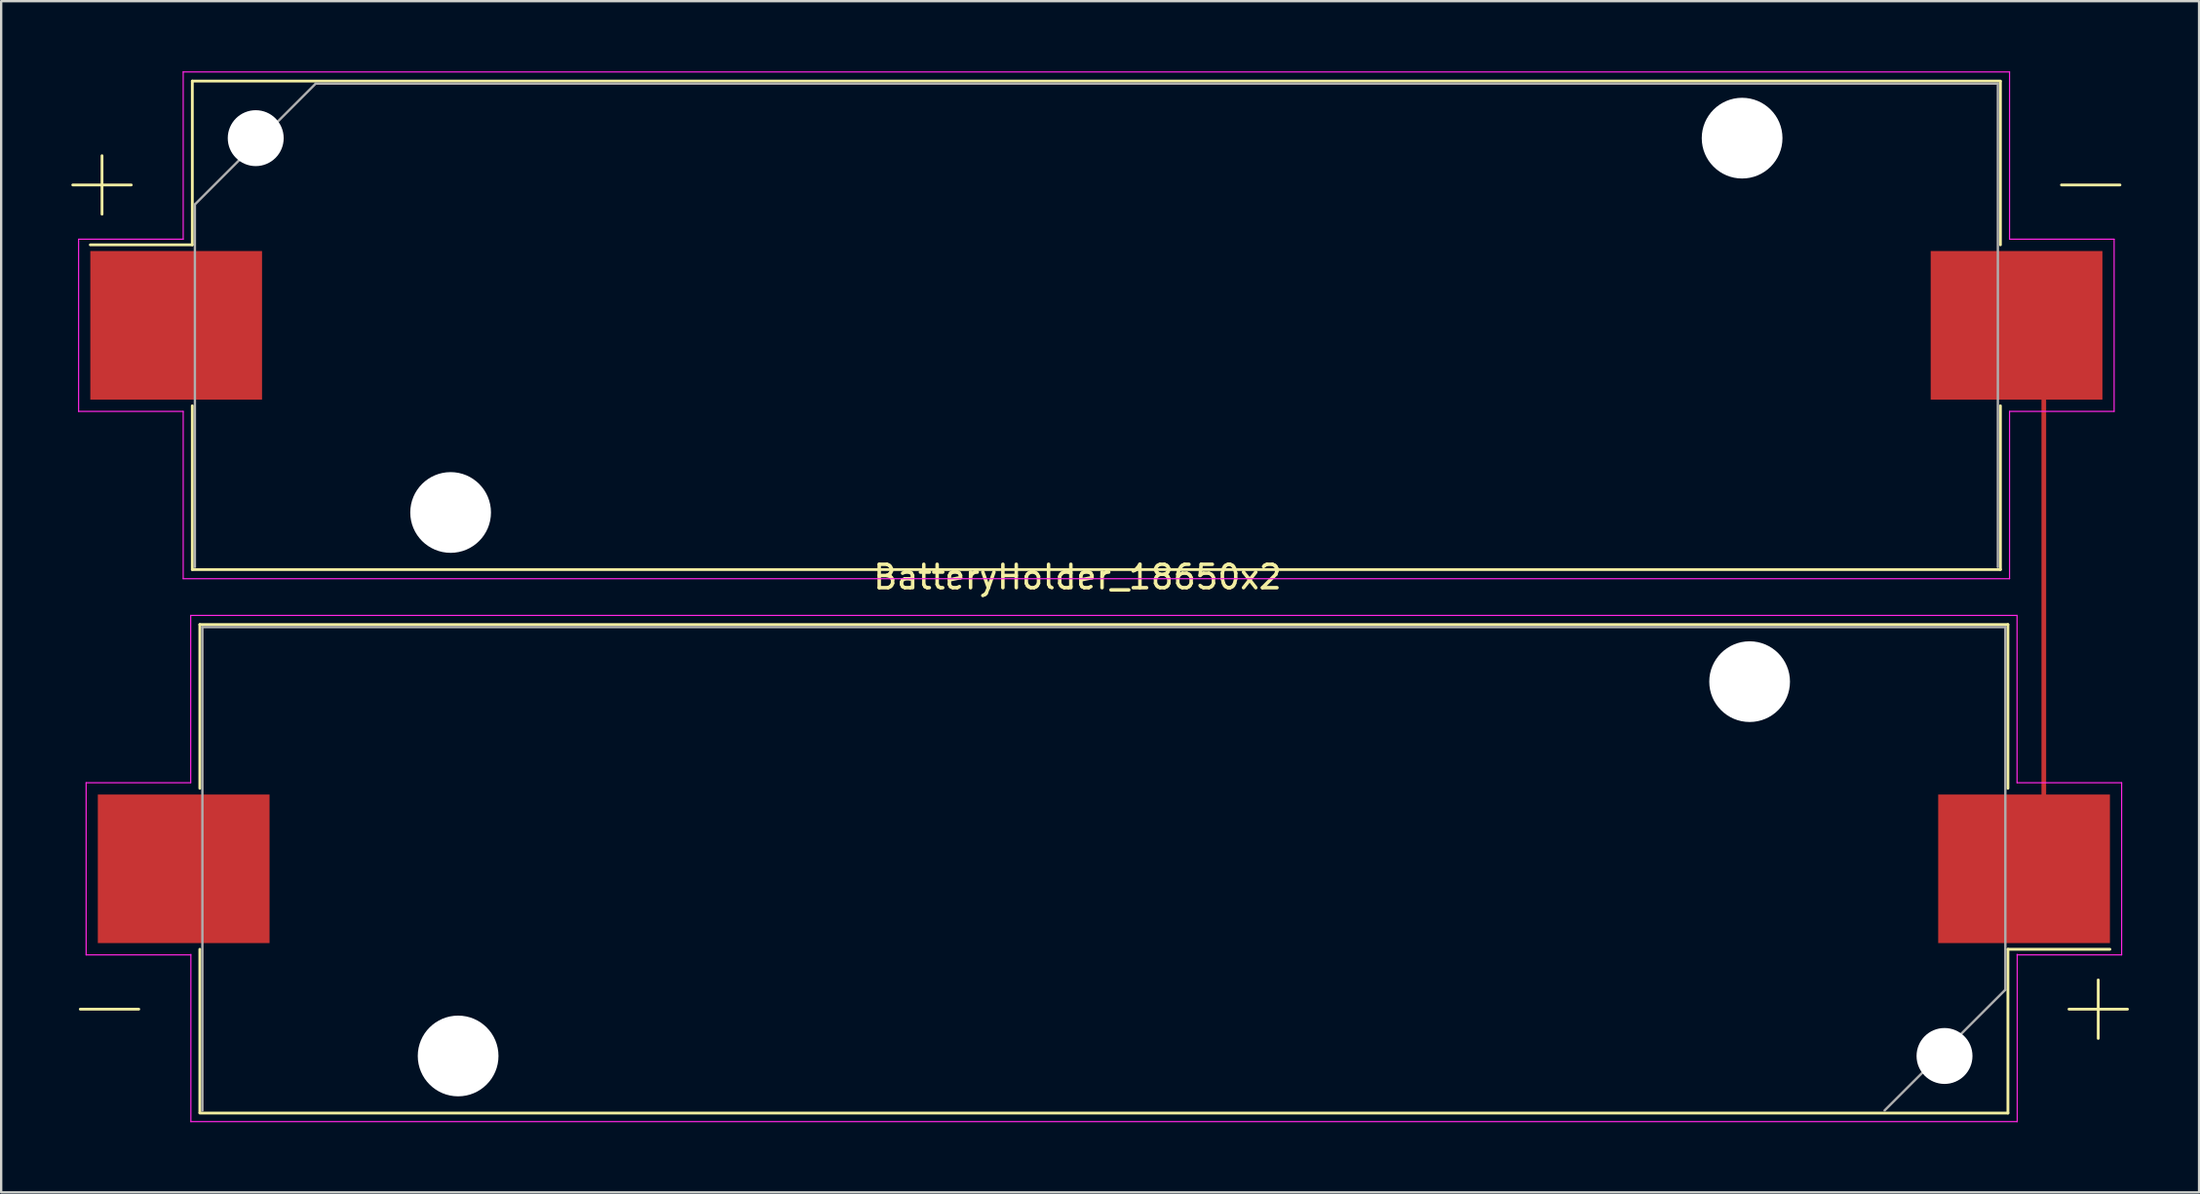
<source format=kicad_pcb>
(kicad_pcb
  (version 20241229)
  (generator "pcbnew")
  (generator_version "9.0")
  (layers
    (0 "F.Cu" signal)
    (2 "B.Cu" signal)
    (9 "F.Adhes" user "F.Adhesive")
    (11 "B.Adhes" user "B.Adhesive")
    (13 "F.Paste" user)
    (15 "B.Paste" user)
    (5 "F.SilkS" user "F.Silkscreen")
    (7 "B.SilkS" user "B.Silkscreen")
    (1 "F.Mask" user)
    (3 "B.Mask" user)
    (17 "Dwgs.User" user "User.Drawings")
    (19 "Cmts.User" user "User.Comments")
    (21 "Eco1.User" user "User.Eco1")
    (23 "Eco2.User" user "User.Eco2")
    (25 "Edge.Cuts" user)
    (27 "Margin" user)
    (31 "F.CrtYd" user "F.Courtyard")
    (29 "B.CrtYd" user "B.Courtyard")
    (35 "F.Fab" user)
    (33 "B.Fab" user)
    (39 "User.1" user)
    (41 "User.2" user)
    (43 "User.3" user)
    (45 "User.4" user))
  (footprint "BatteryHolder_18650x2"
    (layer "F.Cu")
    (at 43.005 22.115)
    (property "Reference" "BatteryHolder_18650x2" (at 0 -0.5 0) (unlocked yes) (layer "F.SilkS") (effects (font (size 1 1) (thickness 0.15))))
    (attr smd)
    (fp_line (start 41.3 -10.465) (end 41.3 9.144) (stroke (width 0.2) (type solid)) (layer "F.Cu"))
    (fp_line (start -42.945 -17.26) (end -40.445 -17.26) (stroke (width 0.12) (type solid)) (layer "F.SilkS"))
    (fp_line (start -42.624 17.971) (end -40.124 17.971) (stroke (width 0.12) (type solid)) (layer "F.SilkS"))
    (fp_line (start -41.695 -16.01) (end -41.695 -18.51) (stroke (width 0.12) (type solid)) (layer "F.SilkS"))
    (fp_line (start -37.835 -21.7) (end -37.835 -14.7) (stroke (width 0.12) (type solid)) (layer "F.SilkS"))
    (fp_line (start -37.835 -14.7) (end -42.195 -14.7) (stroke (width 0.12) (type solid)) (layer "F.SilkS"))
    (fp_line (start -37.835 -0.82) (end -37.835 -7.82) (stroke (width 0.12) (type solid)) (layer "F.SilkS"))
    (fp_line (start -37.514 1.531) (end 39.766 1.531) (stroke (width 0.12) (type solid)) (layer "F.SilkS"))
    (fp_line (start -37.514 8.531) (end -37.514 1.531) (stroke (width 0.12) (type solid)) (layer "F.SilkS"))
    (fp_line (start -37.514 15.411) (end -37.514 22.391) (stroke (width 0.12) (type solid)) (layer "F.SilkS"))
    (fp_line (start -37.514 22.411) (end 39.766 22.411) (stroke (width 0.12) (type solid)) (layer "F.SilkS"))
    (fp_line (start 39.445 -21.7) (end -37.835 -21.7) (stroke (width 0.12) (type solid)) (layer "F.SilkS"))
    (fp_line (start 39.445 -14.7) (end 39.445 -21.68) (stroke (width 0.12) (type solid)) (layer "F.SilkS"))
    (fp_line (start 39.445 -7.82) (end 39.445 -0.82) (stroke (width 0.12) (type solid)) (layer "F.SilkS"))
    (fp_line (start 39.445 -0.82) (end -37.835 -0.82) (stroke (width 0.12) (type solid)) (layer "F.SilkS"))
    (fp_line (start 39.766 1.531) (end 39.766 8.531) (stroke (width 0.12) (type solid)) (layer "F.SilkS"))
    (fp_line (start 39.766 15.411) (end 44.126 15.411) (stroke (width 0.12) (type solid)) (layer "F.SilkS"))
    (fp_line (start 39.766 22.411) (end 39.766 15.411) (stroke (width 0.12) (type solid)) (layer "F.SilkS"))
    (fp_line (start 43.626 16.721) (end 43.626 19.221) (stroke (width 0.12) (type solid)) (layer "F.SilkS"))
    (fp_line (start 44.555 -17.26) (end 42.055 -17.26) (stroke (width 0.12) (type solid)) (layer "F.SilkS"))
    (fp_line (start 44.876 17.971) (end 42.376 17.971) (stroke (width 0.12) (type solid)) (layer "F.SilkS"))
    (fp_line (start -42.695 -14.94) (end -38.225 -14.94) (stroke (width 0.05) (type solid)) (layer "F.CrtYd"))
    (fp_line (start -42.695 -7.58) (end -42.695 -14.94) (stroke (width 0.05) (type solid)) (layer "F.CrtYd"))
    (fp_line (start -42.374 8.291) (end -42.374 15.651) (stroke (width 0.05) (type solid)) (layer "F.CrtYd"))
    (fp_line (start -42.374 15.651) (end -37.904 15.651) (stroke (width 0.05) (type solid)) (layer "F.CrtYd"))
    (fp_line (start -38.225 -22.09) (end -38.225 -14.94) (stroke (width 0.05) (type solid)) (layer "F.CrtYd"))
    (fp_line (start -38.225 -22.09) (end 39.835 -22.09) (stroke (width 0.05) (type solid)) (layer "F.CrtYd"))
    (fp_line (start -38.225 -7.58) (end -42.695 -7.58) (stroke (width 0.05) (type solid)) (layer "F.CrtYd"))
    (fp_line (start -38.225 -0.43) (end -38.225 -7.58) (stroke (width 0.05) (type solid)) (layer "F.CrtYd"))
    (fp_line (start -38.225 -0.43) (end 39.835 -0.43) (stroke (width 0.05) (type solid)) (layer "F.CrtYd"))
    (fp_line (start -37.904 1.141) (end -37.904 8.291) (stroke (width 0.05) (type solid)) (layer "F.CrtYd"))
    (fp_line (start -37.904 8.291) (end -42.374 8.291) (stroke (width 0.05) (type solid)) (layer "F.CrtYd"))
    (fp_line (start -37.897 22.777) (end -37.897 15.627) (stroke (width 0.05) (type solid)) (layer "F.CrtYd"))
    (fp_line (start -37.897 22.777) (end 40.163 22.777) (stroke (width 0.05) (type solid)) (layer "F.CrtYd"))
    (fp_line (start 39.835 -22.09) (end 39.835 -14.94) (stroke (width 0.05) (type solid)) (layer "F.CrtYd"))
    (fp_line (start 39.835 -7.58) (end 44.305 -7.58) (stroke (width 0.05) (type solid)) (layer "F.CrtYd"))
    (fp_line (start 39.835 -0.43) (end 39.835 -7.58) (stroke (width 0.05) (type solid)) (layer "F.CrtYd"))
    (fp_line (start 40.156 1.141) (end -37.904 1.141) (stroke (width 0.05) (type solid)) (layer "F.CrtYd"))
    (fp_line (start 40.156 1.141) (end 40.156 8.291) (stroke (width 0.05) (type solid)) (layer "F.CrtYd"))
    (fp_line (start 40.156 8.291) (end 44.626 8.291) (stroke (width 0.05) (type solid)) (layer "F.CrtYd"))
    (fp_line (start 40.163 22.777) (end 40.163 15.627) (stroke (width 0.05) (type solid)) (layer "F.CrtYd"))
    (fp_line (start 44.305 -14.94) (end 39.835 -14.94) (stroke (width 0.05) (type solid)) (layer "F.CrtYd"))
    (fp_line (start 44.305 -7.58) (end 44.305 -14.94) (stroke (width 0.05) (type solid)) (layer "F.CrtYd"))
    (fp_line (start 44.626 8.291) (end 44.626 15.651) (stroke (width 0.05) (type solid)) (layer "F.CrtYd"))
    (fp_line (start 44.626 15.651) (end 40.156 15.651) (stroke (width 0.05) (type solid)) (layer "F.CrtYd"))
    (fp_line (start -37.725 -16.427) (end -37.725 -0.93) (stroke (width 0.1) (type solid)) (layer "F.Fab"))
    (fp_line (start -37.404 22.301) (end -37.404 1.641) (stroke (width 0.1) (type solid)) (layer "F.Fab"))
    (fp_line (start -32.563 -21.59) (end -37.725 -16.427) (stroke (width 0.1) (type solid)) (layer "F.Fab"))
    (fp_line (start -32.563 -21.59) (end 39.335 -21.59) (stroke (width 0.1) (type solid)) (layer "F.Fab"))
    (fp_line (start 34.493 22.301) (end 39.656 17.139) (stroke (width 0.1) (type solid)) (layer "F.Fab"))
    (fp_line (start 39.335 -21.59) (end 39.335 -0.93) (stroke (width 0.1) (type solid)) (layer "F.Fab"))
    (fp_line (start 39.656 1.641) (end -37.404 1.641) (stroke (width 0.1) (type solid)) (layer "F.Fab"))
    (fp_line (start 39.656 17.139) (end 39.656 1.641) (stroke (width 0.1) (type solid)) (layer "F.Fab"))
    (pad "" np_thru_hole circle (at -35.125 -19.26) (size 2.39 2.39) (drill 2.39) (layers "*.Cu" "*.Mask"))
    (pad "" np_thru_hole circle (at -26.795 -3.26) (size 3.45 3.45) (drill 3.45) (layers "*.Cu" "*.Mask"))
    (pad "" np_thru_hole circle (at -26.474 19.971 180) (size 3.45 3.45) (drill 3.45) (layers "*.Cu" "*.Mask"))
    (pad "" np_thru_hole circle (at 28.405 -19.26) (size 3.45 3.45) (drill 3.45) (layers "*.Cu" "*.Mask"))
    (pad "" np_thru_hole circle (at 28.726 3.971 180) (size 3.45 3.45) (drill 3.45) (layers "*.Cu" "*.Mask"))
    (pad "" np_thru_hole circle (at 37.056 19.971 180) (size 2.39 2.39) (drill 2.39) (layers "*.Cu" "*.Mask"))
    (pad "1" smd rect (at -38.525 -11.26) (size 7.34 6.35) (layers "F.Cu" "F.Mask" "F.Paste"))
    (pad "1" smd rect (at 40.456 11.971 180) (size 7.34 6.35) (layers "F.Cu" "F.Mask" "F.Paste"))
    (pad "2" smd rect (at -38.204 11.971 180) (size 7.34 6.35) (layers "F.Cu" "F.Mask" "F.Paste"))
    (pad "2" smd rect (at 40.135 -11.26) (size 7.34 6.35) (layers "F.Cu" "F.Mask" "F.Paste")))
  (gr_rect
    (start -3 -3)
    (end 90.941 47.917)
    (stroke (width 0.1) (type default))
    (fill no)
    (layer "Edge.Cuts")))
</source>
